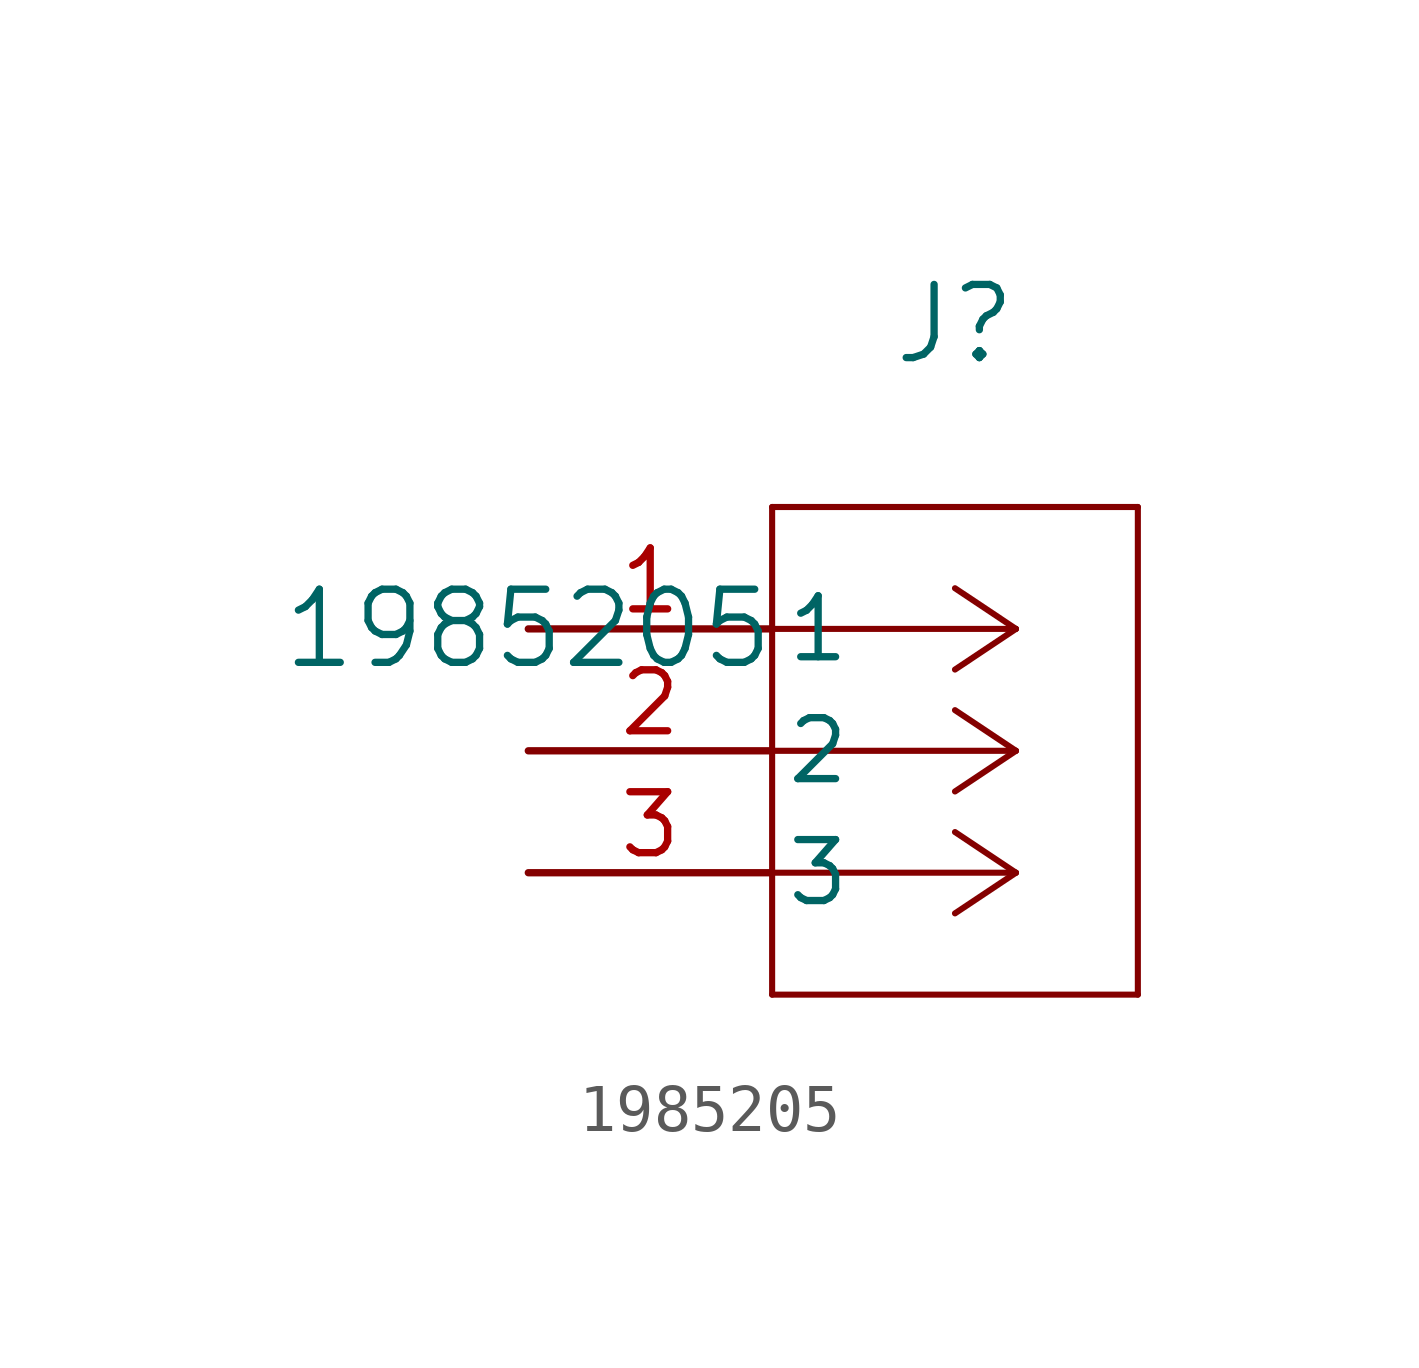
<source format=kicad_sym>
(kicad_symbol_lib
  (version 20211014)
  (generator kicad_symbol_editor)
  (symbol "1985205"
    (pin_names
      (offset 0.254))
    (property "Reference" "J"
      (at 8.89 6.35 0)
      (effects (font (size 1.524 1.524))))
    (property "Value" "1985205"
      (at 0 0 0)
      (effects (font (size 1.524 1.524))))
    (symbol "1985205_0_1"
      (polyline (pts (xy 10.16 0) (xy 5.08 0)) (stroke (width 0.127) (type default) (color 0 0 0 0)) (fill (type none)))
      (polyline (pts (xy 10.16 -2.54) (xy 5.08 -2.54)) (stroke (width 0.127) (type default) (color 0 0 0 0)) (fill (type none)))
      (polyline (pts (xy 10.16 -5.08) (xy 5.08 -5.08)) (stroke (width 0.127) (type default) (color 0 0 0 0)) (fill (type none)))
      (polyline (pts (xy 10.16 0) (xy 8.89 0.847)) (stroke (width 0.127) (type default) (color 0 0 0 0)) (fill (type none)))
      (polyline (pts (xy 10.16 -2.54) (xy 8.89 -1.693)) (stroke (width 0.127) (type default) (color 0 0 0 0)) (fill (type none)))
      (polyline (pts (xy 10.16 -5.08) (xy 8.89 -4.233)) (stroke (width 0.127) (type default) (color 0 0 0 0)) (fill (type none)))
      (polyline (pts (xy 10.16 0) (xy 8.89 -0.847)) (stroke (width 0.127) (type default) (color 0 0 0 0)) (fill (type none)))
      (polyline (pts (xy 10.16 -2.54) (xy 8.89 -3.387)) (stroke (width 0.127) (type default) (color 0 0 0 0)) (fill (type none)))
      (polyline (pts (xy 10.16 -5.08) (xy 8.89 -5.927)) (stroke (width 0.127) (type default) (color 0 0 0 0)) (fill (type none)))
      (polyline (pts (xy 5.08 2.54) (xy 5.08 -7.62)) (stroke (width 0.127) (type default) (color 0 0 0 0)) (fill (type none)))
      (polyline (pts (xy 5.08 -7.62) (xy 12.7 -7.62)) (stroke (width 0.127) (type default) (color 0 0 0 0)) (fill (type none)))
      (polyline (pts (xy 12.7 -7.62) (xy 12.7 2.54)) (stroke (width 0.127) (type default) (color 0 0 0 0)) (fill (type none)))
      (polyline (pts (xy 12.7 2.54) (xy 5.08 2.54)) (stroke (width 0.127) (type default) (color 0 0 0 0)) (fill (type none)))
      (pin unspecified line (at 0 0 0) (length 5.08) (name "1" (effects (font (size 1.27 1.27)))) (number "1" (effects (font (size 1.27 1.27)))))
      (pin unspecified line (at 0 -2.54 0) (length 5.08) (name "2" (effects (font (size 1.27 1.27)))) (number "2" (effects (font (size 1.27 1.27)))))
      (pin unspecified line (at 0 -5.08 0) (length 5.08) (name "3" (effects (font (size 1.27 1.27)))) (number "3" (effects (font (size 1.27 1.27))))))))
</source>
